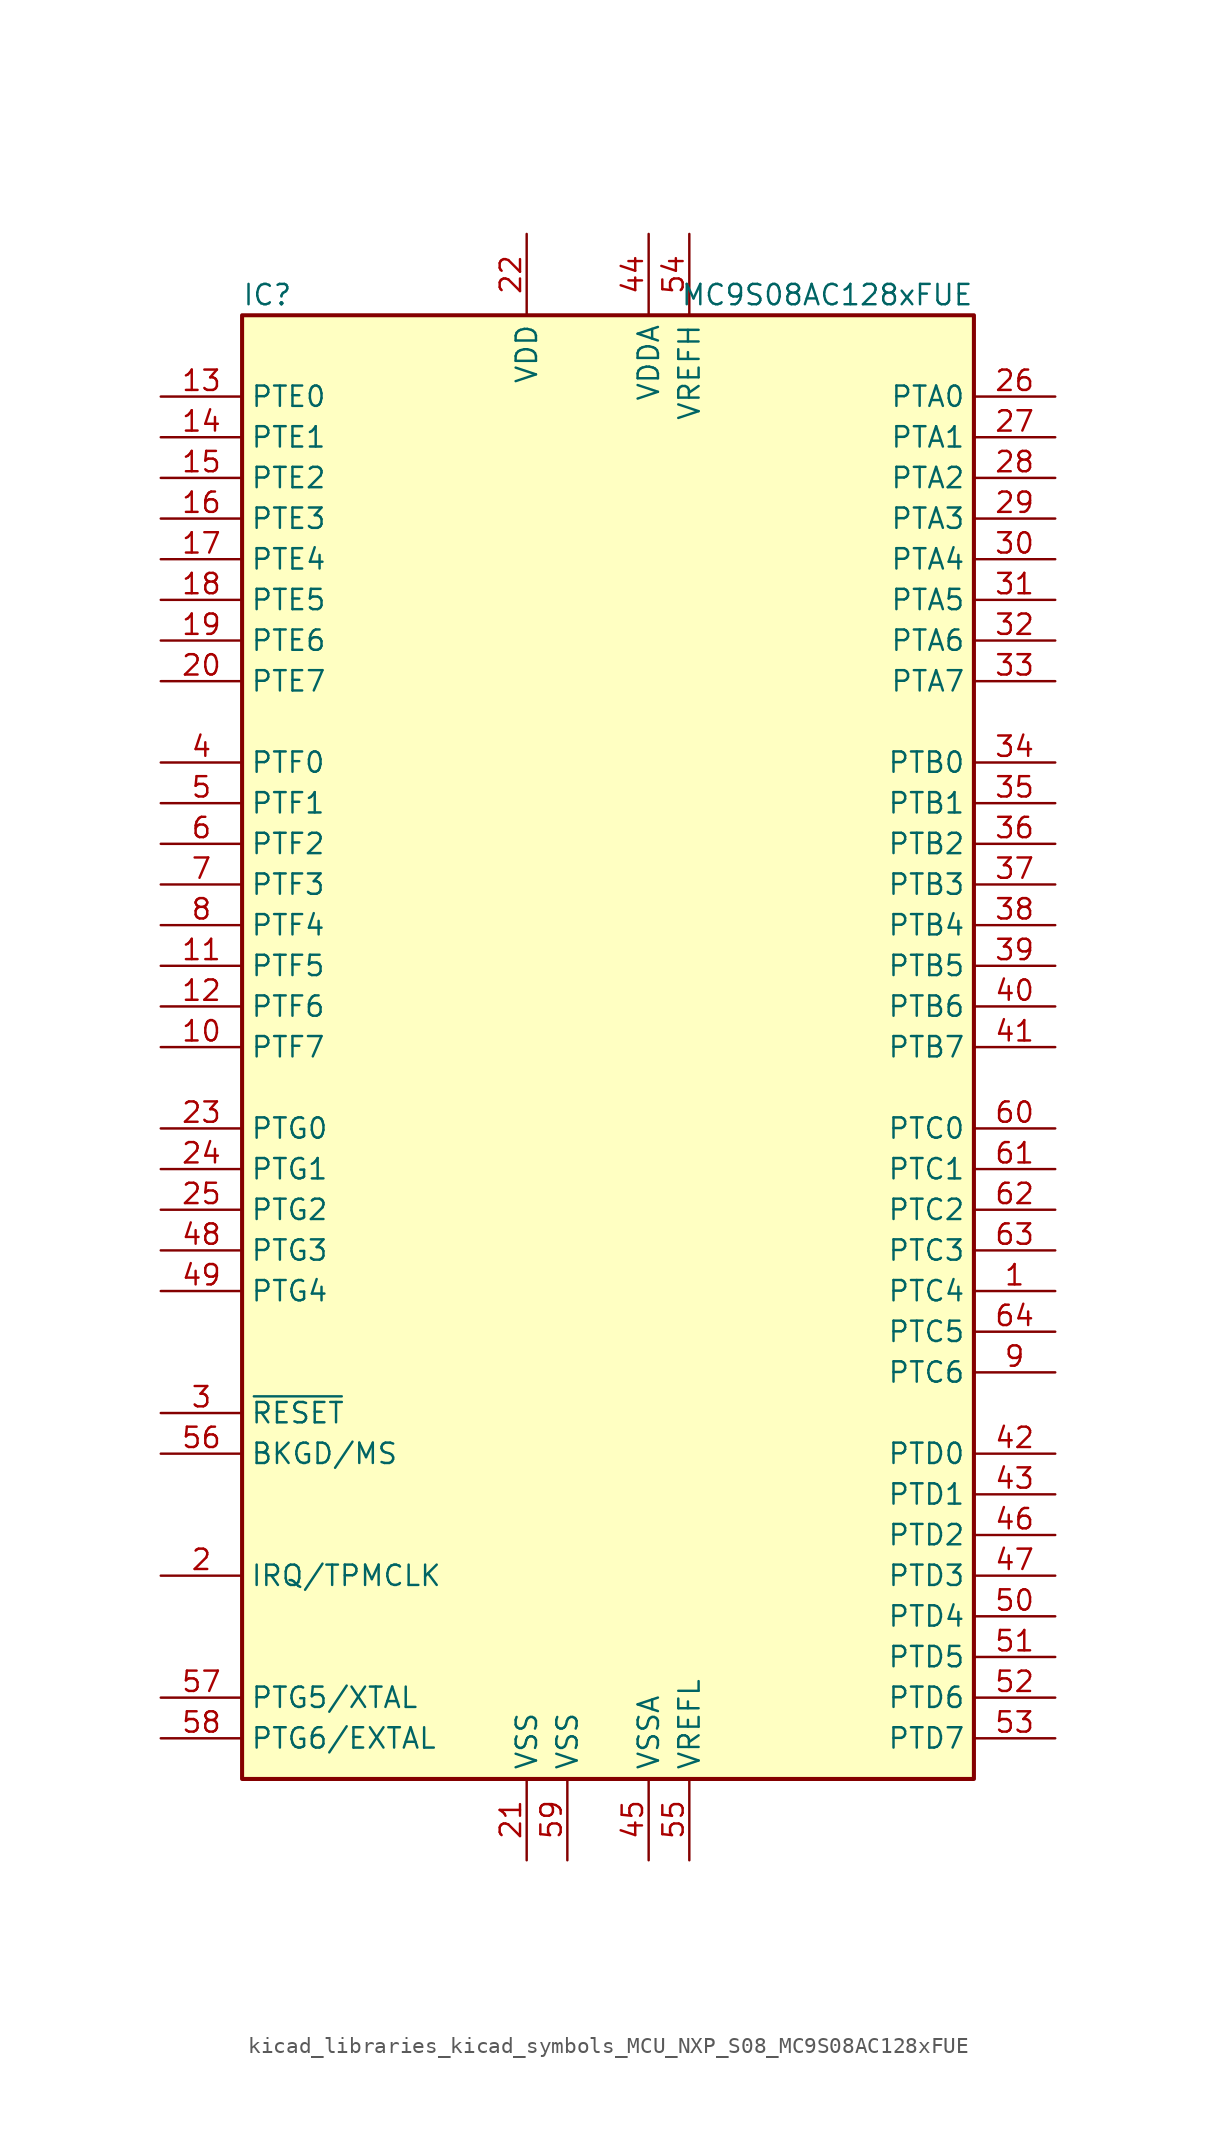
<source format=kicad_sym>
(kicad_symbol_lib
  (version 20220914)
  (generator kicad_symbol_editor)
  (symbol "kicad_libraries_kicad_symbols_MCU_NXP_S08_MC9S08AC128xFUE"
    (property "Reference" "IC"
      (at -22.86 46.99 0)
      (effects (font (size 1.27 1.27)) (justify left)))
    (property "Value" "MC9S08AC128xFUE"
      (at 22.86 46.99 0)
      (effects (font (size 1.27 1.27)) (justify right)))
    (symbol "kicad_libraries_kicad_symbols_MCU_NXP_S08_MC9S08AC128xFUE_0_1"
      (rectangle (start -22.86 45.72) (end 22.86 -45.72) (stroke (width 0.254) (type default)) (fill (type background))))
    (symbol "kicad_libraries_kicad_symbols_MCU_NXP_S08_MC9S08AC128xFUE_1_1"
      (pin bidirectional line (at 27.94 -15.24 180) (length 5.08) (name "PTC4" (effects (font (size 1.27 1.27)))) (number "1" (effects (font (size 1.27 1.27)))))
      (pin bidirectional line (at -27.94 0 0) (length 5.08) (name "PTF7" (effects (font (size 1.27 1.27)))) (number "10" (effects (font (size 1.27 1.27)))))
      (pin bidirectional line (at -27.94 5.08 0) (length 5.08) (name "PTF5" (effects (font (size 1.27 1.27)))) (number "11" (effects (font (size 1.27 1.27)))))
      (pin bidirectional line (at -27.94 2.54 0) (length 5.08) (name "PTF6" (effects (font (size 1.27 1.27)))) (number "12" (effects (font (size 1.27 1.27)))))
      (pin bidirectional line (at -27.94 40.64 0) (length 5.08) (name "PTE0" (effects (font (size 1.27 1.27)))) (number "13" (effects (font (size 1.27 1.27)))))
      (pin bidirectional line (at -27.94 38.1 0) (length 5.08) (name "PTE1" (effects (font (size 1.27 1.27)))) (number "14" (effects (font (size 1.27 1.27)))))
      (pin bidirectional line (at -27.94 35.56 0) (length 5.08) (name "PTE2" (effects (font (size 1.27 1.27)))) (number "15" (effects (font (size 1.27 1.27)))))
      (pin bidirectional line (at -27.94 33.02 0) (length 5.08) (name "PTE3" (effects (font (size 1.27 1.27)))) (number "16" (effects (font (size 1.27 1.27)))))
      (pin bidirectional line (at -27.94 30.48 0) (length 5.08) (name "PTE4" (effects (font (size 1.27 1.27)))) (number "17" (effects (font (size 1.27 1.27)))))
      (pin bidirectional line (at -27.94 27.94 0) (length 5.08) (name "PTE5" (effects (font (size 1.27 1.27)))) (number "18" (effects (font (size 1.27 1.27)))))
      (pin bidirectional line (at -27.94 25.4 0) (length 5.08) (name "PTE6" (effects (font (size 1.27 1.27)))) (number "19" (effects (font (size 1.27 1.27)))))
      (pin input line (at -27.94 -33.02 0) (length 5.08) (name "IRQ/TPMCLK" (effects (font (size 1.27 1.27)))) (number "2" (effects (font (size 1.27 1.27)))))
      (pin bidirectional line (at -27.94 22.86 0) (length 5.08) (name "PTE7" (effects (font (size 1.27 1.27)))) (number "20" (effects (font (size 1.27 1.27)))))
      (pin power_in line (at -5.08 -50.8 90) (length 5.08) (name "VSS" (effects (font (size 1.27 1.27)))) (number "21" (effects (font (size 1.27 1.27)))))
      (pin power_in line (at -5.08 50.8 270) (length 5.08) (name "VDD" (effects (font (size 1.27 1.27)))) (number "22" (effects (font (size 1.27 1.27)))))
      (pin bidirectional line (at -27.94 -5.08 0) (length 5.08) (name "PTG0" (effects (font (size 1.27 1.27)))) (number "23" (effects (font (size 1.27 1.27)))))
      (pin bidirectional line (at -27.94 -7.62 0) (length 5.08) (name "PTG1" (effects (font (size 1.27 1.27)))) (number "24" (effects (font (size 1.27 1.27)))))
      (pin bidirectional line (at -27.94 -10.16 0) (length 5.08) (name "PTG2" (effects (font (size 1.27 1.27)))) (number "25" (effects (font (size 1.27 1.27)))))
      (pin bidirectional line (at 27.94 40.64 180) (length 5.08) (name "PTA0" (effects (font (size 1.27 1.27)))) (number "26" (effects (font (size 1.27 1.27)))))
      (pin bidirectional line (at 27.94 38.1 180) (length 5.08) (name "PTA1" (effects (font (size 1.27 1.27)))) (number "27" (effects (font (size 1.27 1.27)))))
      (pin bidirectional line (at 27.94 35.56 180) (length 5.08) (name "PTA2" (effects (font (size 1.27 1.27)))) (number "28" (effects (font (size 1.27 1.27)))))
      (pin bidirectional line (at 27.94 33.02 180) (length 5.08) (name "PTA3" (effects (font (size 1.27 1.27)))) (number "29" (effects (font (size 1.27 1.27)))))
      (pin input line (at -27.94 -22.86 0) (length 5.08) (name "~{RESET}" (effects (font (size 1.27 1.27)))) (number "3" (effects (font (size 1.27 1.27)))))
      (pin bidirectional line (at 27.94 30.48 180) (length 5.08) (name "PTA4" (effects (font (size 1.27 1.27)))) (number "30" (effects (font (size 1.27 1.27)))))
      (pin bidirectional line (at 27.94 27.94 180) (length 5.08) (name "PTA5" (effects (font (size 1.27 1.27)))) (number "31" (effects (font (size 1.27 1.27)))))
      (pin bidirectional line (at 27.94 25.4 180) (length 5.08) (name "PTA6" (effects (font (size 1.27 1.27)))) (number "32" (effects (font (size 1.27 1.27)))))
      (pin bidirectional line (at 27.94 22.86 180) (length 5.08) (name "PTA7" (effects (font (size 1.27 1.27)))) (number "33" (effects (font (size 1.27 1.27)))))
      (pin bidirectional line (at 27.94 17.78 180) (length 5.08) (name "PTB0" (effects (font (size 1.27 1.27)))) (number "34" (effects (font (size 1.27 1.27)))))
      (pin bidirectional line (at 27.94 15.24 180) (length 5.08) (name "PTB1" (effects (font (size 1.27 1.27)))) (number "35" (effects (font (size 1.27 1.27)))))
      (pin bidirectional line (at 27.94 12.7 180) (length 5.08) (name "PTB2" (effects (font (size 1.27 1.27)))) (number "36" (effects (font (size 1.27 1.27)))))
      (pin bidirectional line (at 27.94 10.16 180) (length 5.08) (name "PTB3" (effects (font (size 1.27 1.27)))) (number "37" (effects (font (size 1.27 1.27)))))
      (pin bidirectional line (at 27.94 7.62 180) (length 5.08) (name "PTB4" (effects (font (size 1.27 1.27)))) (number "38" (effects (font (size 1.27 1.27)))))
      (pin bidirectional line (at 27.94 5.08 180) (length 5.08) (name "PTB5" (effects (font (size 1.27 1.27)))) (number "39" (effects (font (size 1.27 1.27)))))
      (pin bidirectional line (at -27.94 17.78 0) (length 5.08) (name "PTF0" (effects (font (size 1.27 1.27)))) (number "4" (effects (font (size 1.27 1.27)))))
      (pin bidirectional line (at 27.94 2.54 180) (length 5.08) (name "PTB6" (effects (font (size 1.27 1.27)))) (number "40" (effects (font (size 1.27 1.27)))))
      (pin bidirectional line (at 27.94 0 180) (length 5.08) (name "PTB7" (effects (font (size 1.27 1.27)))) (number "41" (effects (font (size 1.27 1.27)))))
      (pin bidirectional line (at 27.94 -25.4 180) (length 5.08) (name "PTD0" (effects (font (size 1.27 1.27)))) (number "42" (effects (font (size 1.27 1.27)))))
      (pin bidirectional line (at 27.94 -27.94 180) (length 5.08) (name "PTD1" (effects (font (size 1.27 1.27)))) (number "43" (effects (font (size 1.27 1.27)))))
      (pin power_in line (at 2.54 50.8 270) (length 5.08) (name "VDDA" (effects (font (size 1.27 1.27)))) (number "44" (effects (font (size 1.27 1.27)))))
      (pin power_in line (at 2.54 -50.8 90) (length 5.08) (name "VSSA" (effects (font (size 1.27 1.27)))) (number "45" (effects (font (size 1.27 1.27)))))
      (pin bidirectional line (at 27.94 -30.48 180) (length 5.08) (name "PTD2" (effects (font (size 1.27 1.27)))) (number "46" (effects (font (size 1.27 1.27)))))
      (pin bidirectional line (at 27.94 -33.02 180) (length 5.08) (name "PTD3" (effects (font (size 1.27 1.27)))) (number "47" (effects (font (size 1.27 1.27)))))
      (pin bidirectional line (at -27.94 -12.7 0) (length 5.08) (name "PTG3" (effects (font (size 1.27 1.27)))) (number "48" (effects (font (size 1.27 1.27)))))
      (pin bidirectional line (at -27.94 -15.24 0) (length 5.08) (name "PTG4" (effects (font (size 1.27 1.27)))) (number "49" (effects (font (size 1.27 1.27)))))
      (pin bidirectional line (at -27.94 15.24 0) (length 5.08) (name "PTF1" (effects (font (size 1.27 1.27)))) (number "5" (effects (font (size 1.27 1.27)))))
      (pin bidirectional line (at 27.94 -35.56 180) (length 5.08) (name "PTD4" (effects (font (size 1.27 1.27)))) (number "50" (effects (font (size 1.27 1.27)))))
      (pin bidirectional line (at 27.94 -38.1 180) (length 5.08) (name "PTD5" (effects (font (size 1.27 1.27)))) (number "51" (effects (font (size 1.27 1.27)))))
      (pin bidirectional line (at 27.94 -40.64 180) (length 5.08) (name "PTD6" (effects (font (size 1.27 1.27)))) (number "52" (effects (font (size 1.27 1.27)))))
      (pin bidirectional line (at 27.94 -43.18 180) (length 5.08) (name "PTD7" (effects (font (size 1.27 1.27)))) (number "53" (effects (font (size 1.27 1.27)))))
      (pin power_in line (at 5.08 50.8 270) (length 5.08) (name "VREFH" (effects (font (size 1.27 1.27)))) (number "54" (effects (font (size 1.27 1.27)))))
      (pin power_in line (at 5.08 -50.8 90) (length 5.08) (name "VREFL" (effects (font (size 1.27 1.27)))) (number "55" (effects (font (size 1.27 1.27)))))
      (pin bidirectional line (at -27.94 -25.4 0) (length 5.08) (name "BKGD/MS" (effects (font (size 1.27 1.27)))) (number "56" (effects (font (size 1.27 1.27)))))
      (pin bidirectional line (at -27.94 -40.64 0) (length 5.08) (name "PTG5/XTAL" (effects (font (size 1.27 1.27)))) (number "57" (effects (font (size 1.27 1.27)))))
      (pin bidirectional line (at -27.94 -43.18 0) (length 5.08) (name "PTG6/EXTAL" (effects (font (size 1.27 1.27)))) (number "58" (effects (font (size 1.27 1.27)))))
      (pin power_in line (at -2.54 -50.8 90) (length 5.08) (name "VSS" (effects (font (size 1.27 1.27)))) (number "59" (effects (font (size 1.27 1.27)))))
      (pin bidirectional line (at -27.94 12.7 0) (length 5.08) (name "PTF2" (effects (font (size 1.27 1.27)))) (number "6" (effects (font (size 1.27 1.27)))))
      (pin bidirectional line (at 27.94 -5.08 180) (length 5.08) (name "PTC0" (effects (font (size 1.27 1.27)))) (number "60" (effects (font (size 1.27 1.27)))))
      (pin bidirectional line (at 27.94 -7.62 180) (length 5.08) (name "PTC1" (effects (font (size 1.27 1.27)))) (number "61" (effects (font (size 1.27 1.27)))))
      (pin bidirectional line (at 27.94 -10.16 180) (length 5.08) (name "PTC2" (effects (font (size 1.27 1.27)))) (number "62" (effects (font (size 1.27 1.27)))))
      (pin bidirectional line (at 27.94 -12.7 180) (length 5.08) (name "PTC3" (effects (font (size 1.27 1.27)))) (number "63" (effects (font (size 1.27 1.27)))))
      (pin bidirectional line (at 27.94 -17.78 180) (length 5.08) (name "PTC5" (effects (font (size 1.27 1.27)))) (number "64" (effects (font (size 1.27 1.27)))))
      (pin bidirectional line (at -27.94 10.16 0) (length 5.08) (name "PTF3" (effects (font (size 1.27 1.27)))) (number "7" (effects (font (size 1.27 1.27)))))
      (pin bidirectional line (at -27.94 7.62 0) (length 5.08) (name "PTF4" (effects (font (size 1.27 1.27)))) (number "8" (effects (font (size 1.27 1.27)))))
      (pin bidirectional line (at 27.94 -20.32 180) (length 5.08) (name "PTC6" (effects (font (size 1.27 1.27)))) (number "9" (effects (font (size 1.27 1.27))))))))
</source>
